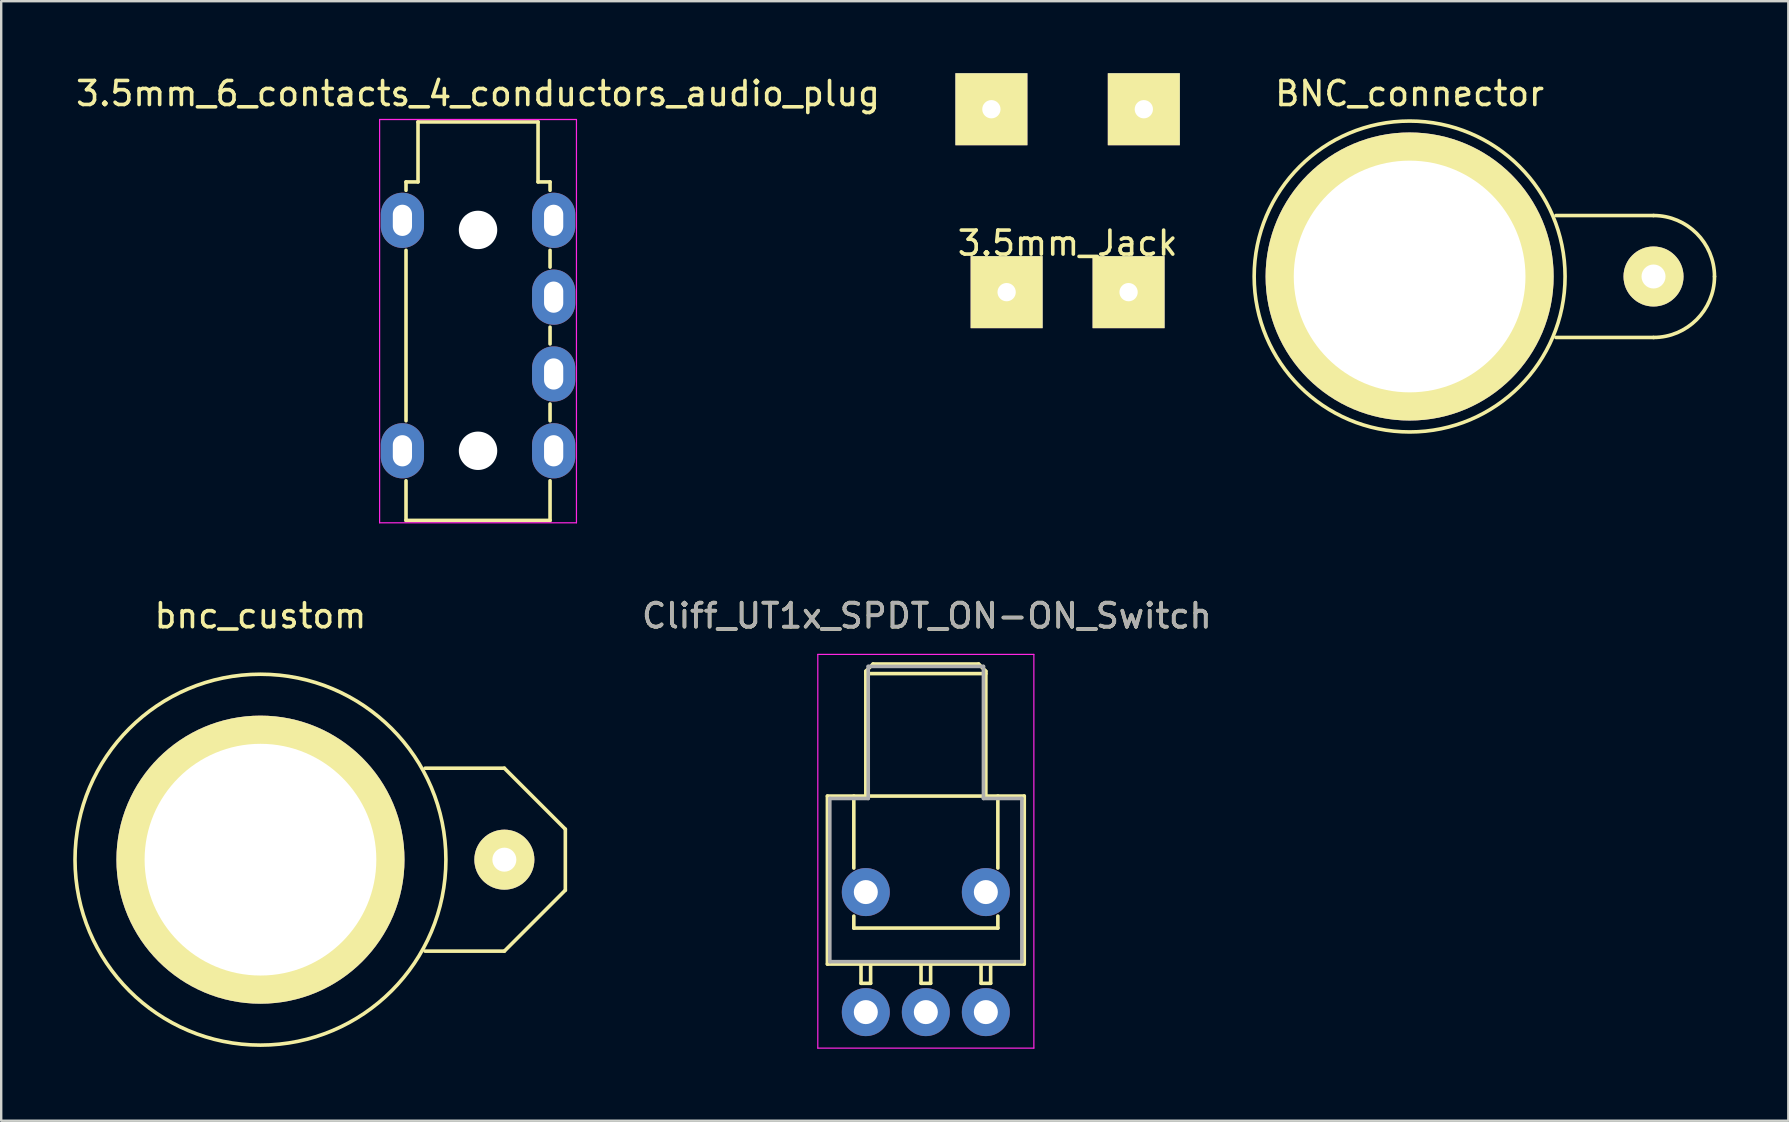
<source format=kicad_pcb>
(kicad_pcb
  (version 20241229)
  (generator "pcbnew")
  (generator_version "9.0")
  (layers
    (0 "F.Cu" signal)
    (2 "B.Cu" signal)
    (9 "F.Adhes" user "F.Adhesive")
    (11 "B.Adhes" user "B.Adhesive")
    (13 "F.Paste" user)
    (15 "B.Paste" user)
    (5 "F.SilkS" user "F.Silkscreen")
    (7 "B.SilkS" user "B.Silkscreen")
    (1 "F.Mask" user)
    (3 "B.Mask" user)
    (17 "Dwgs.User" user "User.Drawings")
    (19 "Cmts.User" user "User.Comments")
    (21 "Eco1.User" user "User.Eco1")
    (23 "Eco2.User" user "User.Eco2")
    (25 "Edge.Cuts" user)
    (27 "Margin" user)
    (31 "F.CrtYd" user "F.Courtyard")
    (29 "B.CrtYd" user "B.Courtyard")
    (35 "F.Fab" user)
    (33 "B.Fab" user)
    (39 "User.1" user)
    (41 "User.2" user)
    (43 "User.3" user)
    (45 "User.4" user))
  (footprint "Cliff_UT1x_SPDT_ON-ON_Switch"
    (layer "F.Cu")
    (at 33.017 39.111)
    (property "Reference" "Cliff_UT1x_SPDT_ON-ON_Switch" (at 2.54 -16.51 0) (layer "F.SilkS") (effects (font (size 1 1) (thickness 0.15))))
    (attr through_hole)
    (fp_line (start -1.6 -9) (end 6.6 -9) (stroke (width 0.15) (type solid)) (layer "F.SilkS"))
    (fp_line (start -1.6 -2) (end -1.6 -9) (stroke (width 0.15) (type solid)) (layer "F.SilkS"))
    (fp_line (start -1.6 -2) (end 6.6 -2) (stroke (width 0.15) (type solid)) (layer "F.SilkS"))
    (fp_line (start -0.5 -6) (end -0.5 -9) (stroke (width 0.15) (type solid)) (layer "F.SilkS"))
    (fp_line (start -0.5 -3.5) (end -0.5 -4) (stroke (width 0.15) (type solid)) (layer "F.SilkS"))
    (fp_line (start -0.5 -3.5) (end 5.5 -3.5) (stroke (width 0.15) (type solid)) (layer "F.SilkS"))
    (fp_line (start -0.2 -2) (end -0.2 -1.2) (stroke (width 0.15) (type solid)) (layer "F.SilkS"))
    (fp_line (start -0.2 -1.2) (end 0.2 -1.2) (stroke (width 0.15) (type solid)) (layer "F.SilkS"))
    (fp_line (start 0 -14.1) (end 5 -14.1) (stroke (width 0.15) (type solid)) (layer "F.SilkS"))
    (fp_line (start 0 -9) (end 0 -14.2) (stroke (width 0.15) (type solid)) (layer "F.SilkS"))
    (fp_line (start 0.2 -1.2) (end 0.2 -2) (stroke (width 0.15) (type solid)) (layer "F.SilkS"))
    (fp_line (start 0.3 -14.5) (end 0 -14.2) (stroke (width 0.15) (type solid)) (layer "F.SilkS"))
    (fp_line (start 0.3 -14.5) (end 4.7 -14.5) (stroke (width 0.15) (type solid)) (layer "F.SilkS"))
    (fp_line (start 2.3 -2) (end 2.3 -1.2) (stroke (width 0.15) (type solid)) (layer "F.SilkS"))
    (fp_line (start 2.3 -1.2) (end 2.7 -1.2) (stroke (width 0.15) (type solid)) (layer "F.SilkS"))
    (fp_line (start 2.7 -1.2) (end 2.7 -2) (stroke (width 0.15) (type solid)) (layer "F.SilkS"))
    (fp_line (start 4.7 -14.5) (end 5 -14.2) (stroke (width 0.15) (type solid)) (layer "F.SilkS"))
    (fp_line (start 4.8 -2) (end 4.8 -1.2) (stroke (width 0.15) (type solid)) (layer "F.SilkS"))
    (fp_line (start 4.8 -1.2) (end 5.2 -1.2) (stroke (width 0.15) (type solid)) (layer "F.SilkS"))
    (fp_line (start 5 -14.2) (end 5 -9) (stroke (width 0.15) (type solid)) (layer "F.SilkS"))
    (fp_line (start 5.2 -1.2) (end 5.2 -2) (stroke (width 0.15) (type solid)) (layer "F.SilkS"))
    (fp_line (start 5.5 -6) (end 5.5 -9) (stroke (width 0.15) (type solid)) (layer "F.SilkS"))
    (fp_line (start 5.5 -3.5) (end 5.5 -4) (stroke (width 0.15) (type solid)) (layer "F.SilkS"))
    (fp_line (start 6.6 -2) (end 6.6 -9) (stroke (width 0.15) (type solid)) (layer "F.SilkS"))
    (fp_line (start -2 -14.9) (end -2 1.5) (stroke (width 0.05) (type solid)) (layer "F.CrtYd"))
    (fp_line (start -2 -14.9) (end 7 -14.9) (stroke (width 0.05) (type solid)) (layer "F.CrtYd"))
    (fp_line (start 7 1.5) (end -2 1.5) (stroke (width 0.05) (type solid)) (layer "F.CrtYd"))
    (fp_line (start 7 1.5) (end 7 -14.9) (stroke (width 0.05) (type solid)) (layer "F.CrtYd"))
    (fp_line (start -1.5 -8.9) (end 0.1 -8.9) (stroke (width 0.15) (type solid)) (layer "F.Fab"))
    (fp_line (start -1.5 -2.1) (end -1.5 -8.9) (stroke (width 0.15) (type solid)) (layer "F.Fab"))
    (fp_line (start 0.1 -14.4) (end 0.1 -8.9) (stroke (width 0.15) (type solid)) (layer "F.Fab"))
    (fp_line (start 0.1 -14.4) (end 4.9 -14.4) (stroke (width 0.15) (type solid)) (layer "F.Fab"))
    (fp_line (start 4.9 -8.9) (end 4.9 -14.4) (stroke (width 0.15) (type solid)) (layer "F.Fab"))
    (fp_line (start 4.9 -8.9) (end 6.5 -8.9) (stroke (width 0.15) (type solid)) (layer "F.Fab"))
    (fp_line (start 6.5 -8.9) (end 6.5 -2.1) (stroke (width 0.15) (type solid)) (layer "F.Fab"))
    (fp_line (start 6.5 -2.1) (end -1.5 -2.1) (stroke (width 0.15) (type solid)) (layer "F.Fab"))
    (fp_text user "${REFERENCE}" (at 2.54 -16.51 0) (layer "F.Fab") (effects (font (size 1 1) (thickness 0.15))))
    (pad "1" thru_hole circle (at 0 0) (size 2 2) (drill 1) (layers "*.Cu" "*.Mask"))
    (pad "2" thru_hole circle (at 2.5 0) (size 2 2) (drill 1) (layers "*.Cu" "*.Mask"))
    (pad "3" thru_hole circle (at 5 0) (size 2 2) (drill 1) (layers "*.Cu" "*.Mask"))
    (pad "4" thru_hole circle (at 0 -5) (size 2 2) (drill 1) (layers "*.Cu" "*.Mask"))
    (pad "4" thru_hole circle (at 5 -5) (size 2 2) (drill 1) (layers "*.Cu" "*.Mask")))
  (footprint "bnc_custom"
    (layer "F.Cu")
    (at 7.8 32.761)
    (property "Reference" "bnc_custom" (at 0 -10.16 0) (layer "F.SilkS") (effects (font (size 1 1) (thickness 0.15))))
    (attr through_hole)
    (fp_line (start 10.16 -3.81) (end 6.858 -3.81) (stroke (width 0.15) (type solid)) (layer "F.SilkS"))
    (fp_line (start 10.16 3.81) (end 6.858 3.81) (stroke (width 0.15) (type solid)) (layer "F.SilkS"))
    (fp_line (start 10.16 3.81) (end 12.7 1.27) (stroke (width 0.15) (type solid)) (layer "F.SilkS"))
    (fp_line (start 12.7 -1.27) (end 10.16 -3.81) (stroke (width 0.15) (type solid)) (layer "F.SilkS"))
    (fp_line (start 12.7 1.27) (end 12.7 -1.27) (stroke (width 0.15) (type solid)) (layer "F.SilkS"))
    (fp_circle (center 0 0) (end 7.62 -1.27) (stroke (width 0.15) (type solid)) (fill no) (layer "F.SilkS"))
    (pad "1" thru_hole circle (at 10.16 0) (size 2.5 2.5) (drill 1) (layers "*.Cu" "*.Mask" "F.SilkS"))
    (pad "2" thru_hole circle (at 0 0) (size 12 12) (drill 9.652) (layers "*.Cu" "*.Mask" "F.SilkS")))
  (footprint "3.5mm_Jack"
    (layer "F.Cu")
    (at 41.423 6.58)
    (property "Reference" "3.5mm_Jack" (at 0 0.5 0) (layer "F.SilkS") (effects (font (size 1 1) (thickness 0.15))))
    (attr through_hole)
    (pad "1" thru_hole rect (at -3.175 -5.08) (size 3 3) (drill 0.762) (layers "*.Cu" "*.Mask" "F.SilkS"))
    (pad "1" thru_hole rect (at 3.175 -5.08) (size 3 3) (drill 0.762) (layers "*.Cu" "*.Mask" "F.SilkS"))
    (pad "2" thru_hole rect (at -2.54 2.54) (size 3 3) (drill 0.762) (layers "*.Cu" "*.Mask" "F.SilkS"))
    (pad "3" thru_hole rect (at 2.54 2.54) (size 3 3) (drill 0.762) (layers "*.Cu" "*.Mask" "F.SilkS")))
  (footprint "BNC_connector"
    (layer "F.Cu")
    (at 55.67 8.468)
    (property "Reference" "BNC_connector" (at 0 -7.62 0) (layer "F.SilkS") (effects (font (size 1 1) (thickness 0.15))))
    (attr through_hole)
    (fp_line (start 10.16 -2.54) (end 6.096 -2.54) (stroke (width 0.15) (type solid)) (layer "F.SilkS"))
    (fp_line (start 10.16 2.54) (end 6.096 2.54) (stroke (width 0.15) (type solid)) (layer "F.SilkS"))
    (fp_arc (start 10.16 -2.54) (mid 11.956051 -1.796051) (end 12.7 0) (stroke (width 0.15) (type solid)) (layer "F.SilkS"))
    (fp_arc (start 12.7 0) (mid 11.956051 1.796051) (end 10.16 2.54) (stroke (width 0.15) (type solid)) (layer "F.SilkS"))
    (fp_circle (center 0 0) (end 6.35 -1.27) (stroke (width 0.15) (type solid)) (fill no) (layer "F.SilkS"))
    (pad "1" thru_hole circle (at 10.16 0) (size 2.5 2.5) (drill 1) (layers "*.Cu" "*.Mask" "F.SilkS"))
    (pad "2" thru_hole circle (at 0 0) (size 12 12) (drill 9.652) (layers "*.Cu" "*.Mask" "F.SilkS")))
  (footprint "3.5mm_6_contacts_4_conductors_audio_plug"
    (layer "F.Cu")
    (at 20.013 15.728)
    (property "Reference" "3.5mm_6_contacts_4_conductors_audio_plug" (at -3.15 -14.88 0) (layer "F.SilkS") (effects (font (size 1 1) (thickness 0.15))))
    (attr through_hole)
    (fp_line (start -6.15 -11.2) (end -6.15 -10.85) (stroke (width 0.15) (type solid)) (layer "F.SilkS"))
    (fp_line (start -6.15 -11.2) (end -5.65 -11.2) (stroke (width 0.15) (type solid)) (layer "F.SilkS"))
    (fp_line (start -6.15 -1.25) (end -6.15 -8.35) (stroke (width 0.15) (type solid)) (layer "F.SilkS"))
    (fp_line (start -6.15 1.25) (end -6.15 2.9) (stroke (width 0.15) (type solid)) (layer "F.SilkS"))
    (fp_line (start -5.65 -13.7) (end -5.65 -11.2) (stroke (width 0.15) (type solid)) (layer "F.SilkS"))
    (fp_line (start -5.65 -13.7) (end -0.65 -13.7) (stroke (width 0.15) (type solid)) (layer "F.SilkS"))
    (fp_line (start -0.65 -13.7) (end -0.65 -11.2) (stroke (width 0.15) (type solid)) (layer "F.SilkS"))
    (fp_line (start -0.65 -11.2) (end -0.15 -11.2) (stroke (width 0.15) (type solid)) (layer "F.SilkS"))
    (fp_line (start -0.15 -11.2) (end -0.15 -10.85) (stroke (width 0.15) (type solid)) (layer "F.SilkS"))
    (fp_line (start -0.15 -8.35) (end -0.15 -7.65) (stroke (width 0.15) (type solid)) (layer "F.SilkS"))
    (fp_line (start -0.15 -5.15) (end -0.15 -4.45) (stroke (width 0.15) (type solid)) (layer "F.SilkS"))
    (fp_line (start -0.15 -1.95) (end -0.15 -1.25) (stroke (width 0.15) (type solid)) (layer "F.SilkS"))
    (fp_line (start -0.15 1.25) (end -0.15 2.9) (stroke (width 0.15) (type solid)) (layer "F.SilkS"))
    (fp_line (start -0.15 2.9) (end -6.15 2.9) (stroke (width 0.15) (type solid)) (layer "F.SilkS"))
    (fp_line (start -7.25 -13.8) (end 0.95 -13.8) (stroke (width 0.05) (type solid)) (layer "F.CrtYd"))
    (fp_line (start -7.25 3) (end -7.25 -13.8) (stroke (width 0.05) (type solid)) (layer "F.CrtYd"))
    (fp_line (start 0.95 -13.8) (end 0.95 3) (stroke (width 0.05) (type solid)) (layer "F.CrtYd"))
    (fp_line (start 0.95 3) (end -7.25 3) (stroke (width 0.05) (type solid)) (layer "F.CrtYd"))
    (pad "" np_thru_hole circle (at -3.15 -9.2) (size 1.6 1.6) (drill 1.6) (layers "*.Cu" "*.Mask"))
    (pad "" np_thru_hole circle (at -3.15 0) (size 1.6 1.6) (drill 1.6) (layers "*.Cu" "*.Mask"))
    (pad "1" thru_hole oval (at -6.3 0) (size 1.8 2.3) (drill oval 0.8 1.3) (layers "*.Cu" "*.Mask"))
    (pad "1" thru_hole oval (at 0 0) (size 1.8 2.3) (drill oval 0.8 1.3) (layers "*.Cu" "*.Mask"))
    (pad "2" thru_hole oval (at 0 -3.2) (size 1.8 2.3) (drill oval 0.8 1.3) (layers "*.Cu" "*.Mask"))
    (pad "3" thru_hole oval (at 0 -6.4) (size 1.8 2.3) (drill oval 0.8 1.3) (layers "*.Cu" "*.Mask"))
    (pad "4" thru_hole oval (at -6.3 -9.6) (size 1.8 2.3) (drill oval 0.8 1.3) (layers "*.Cu" "*.Mask"))
    (pad "4" thru_hole oval (at 0 -9.6) (size 1.8 2.3) (drill oval 0.8 1.3) (layers "*.Cu" "*.Mask")))
  (gr_rect
    (start -3 -3)
    (end 71.445 43.636)
    (stroke (width 0.1) (type default))
    (fill no)
    (layer "Edge.Cuts")))
</source>
